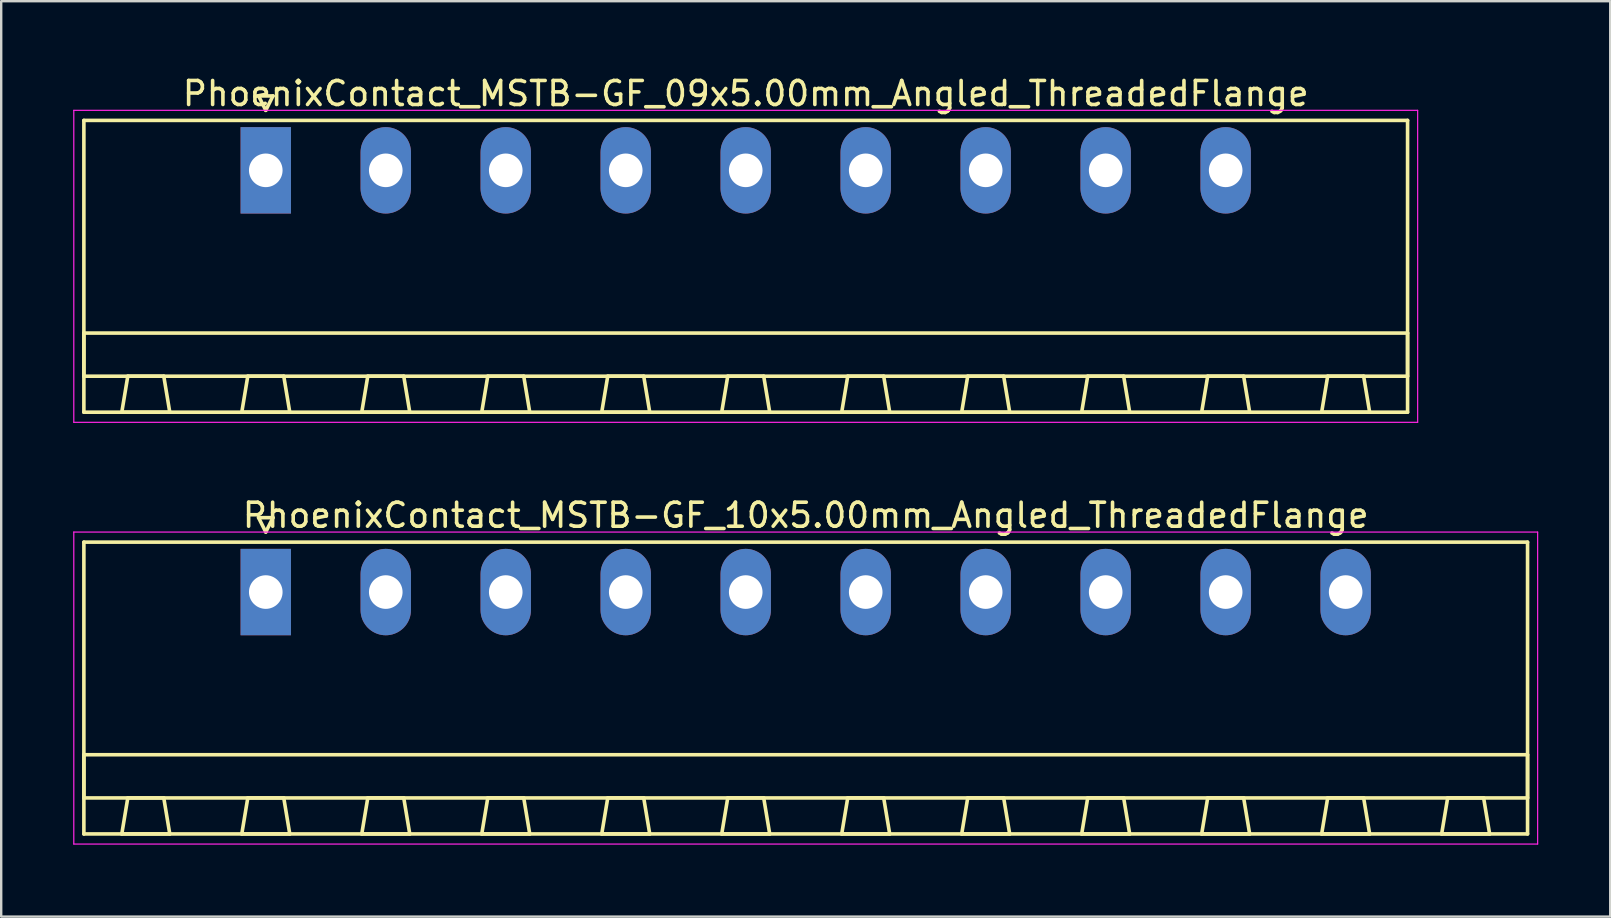
<source format=kicad_pcb>
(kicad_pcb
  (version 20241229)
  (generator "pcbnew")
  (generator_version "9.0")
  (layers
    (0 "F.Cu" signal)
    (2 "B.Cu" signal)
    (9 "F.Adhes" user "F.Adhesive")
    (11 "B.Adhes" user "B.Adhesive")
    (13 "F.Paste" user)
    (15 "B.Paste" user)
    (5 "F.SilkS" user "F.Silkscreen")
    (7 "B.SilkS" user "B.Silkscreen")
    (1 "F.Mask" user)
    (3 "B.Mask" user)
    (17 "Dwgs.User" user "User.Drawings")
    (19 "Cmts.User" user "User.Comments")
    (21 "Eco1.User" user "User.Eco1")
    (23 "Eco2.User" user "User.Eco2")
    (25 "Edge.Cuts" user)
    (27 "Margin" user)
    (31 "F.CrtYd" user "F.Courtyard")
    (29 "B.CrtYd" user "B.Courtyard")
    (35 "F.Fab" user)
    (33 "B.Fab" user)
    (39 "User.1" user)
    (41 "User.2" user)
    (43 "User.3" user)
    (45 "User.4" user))
  (footprint "PhoenixContact_MSTB-GF_10x5.00mm_Angled_ThreadedFlange"
    (layer "F.Cu")
    (at 8.025 21.622)
    (property "Reference" "PhoenixContact_MSTB-GF_10x5.00mm_Angled_ThreadedFlange" (at 22.5 -3.2 0) (layer "F.SilkS") (effects (font (size 1 1) (thickness 0.15))))
    (attr through_hole)
    (fp_line (start -7.58 -2.08) (end -7.58 10.08) (stroke (width 0.15) (type solid)) (layer "F.SilkS"))
    (fp_line (start -7.58 6.78) (end 52.58 6.78) (stroke (width 0.15) (type solid)) (layer "F.SilkS"))
    (fp_line (start -7.58 8.58) (end -7.58 6.78) (stroke (width 0.15) (type solid)) (layer "F.SilkS"))
    (fp_line (start -7.58 10.08) (end 52.58 10.08) (stroke (width 0.15) (type solid)) (layer "F.SilkS"))
    (fp_line (start -6 10.08) (end -4 10.08) (stroke (width 0.15) (type solid)) (layer "F.SilkS"))
    (fp_line (start -5.75 8.58) (end -6 10.08) (stroke (width 0.15) (type solid)) (layer "F.SilkS"))
    (fp_line (start -4.25 8.58) (end -5.75 8.58) (stroke (width 0.15) (type solid)) (layer "F.SilkS"))
    (fp_line (start -4 10.08) (end -4.25 8.58) (stroke (width 0.15) (type solid)) (layer "F.SilkS"))
    (fp_line (start -1 10.08) (end 1 10.08) (stroke (width 0.15) (type solid)) (layer "F.SilkS"))
    (fp_line (start -0.75 8.58) (end -1 10.08) (stroke (width 0.15) (type solid)) (layer "F.SilkS"))
    (fp_line (start -0.3 -3.1) (end 0 -2.5) (stroke (width 0.15) (type solid)) (layer "F.SilkS"))
    (fp_line (start 0 -2.5) (end 0.3 -3.1) (stroke (width 0.15) (type solid)) (layer "F.SilkS"))
    (fp_line (start 0.3 -3.1) (end -0.3 -3.1) (stroke (width 0.15) (type solid)) (layer "F.SilkS"))
    (fp_line (start 0.75 8.58) (end -0.75 8.58) (stroke (width 0.15) (type solid)) (layer "F.SilkS"))
    (fp_line (start 1 10.08) (end 0.75 8.58) (stroke (width 0.15) (type solid)) (layer "F.SilkS"))
    (fp_line (start 4 10.08) (end 6 10.08) (stroke (width 0.15) (type solid)) (layer "F.SilkS"))
    (fp_line (start 4.25 8.58) (end 4 10.08) (stroke (width 0.15) (type solid)) (layer "F.SilkS"))
    (fp_line (start 5.75 8.58) (end 4.25 8.58) (stroke (width 0.15) (type solid)) (layer "F.SilkS"))
    (fp_line (start 6 10.08) (end 5.75 8.58) (stroke (width 0.15) (type solid)) (layer "F.SilkS"))
    (fp_line (start 9 10.08) (end 11 10.08) (stroke (width 0.15) (type solid)) (layer "F.SilkS"))
    (fp_line (start 9.25 8.58) (end 9 10.08) (stroke (width 0.15) (type solid)) (layer "F.SilkS"))
    (fp_line (start 10.75 8.58) (end 9.25 8.58) (stroke (width 0.15) (type solid)) (layer "F.SilkS"))
    (fp_line (start 11 10.08) (end 10.75 8.58) (stroke (width 0.15) (type solid)) (layer "F.SilkS"))
    (fp_line (start 14 10.08) (end 16 10.08) (stroke (width 0.15) (type solid)) (layer "F.SilkS"))
    (fp_line (start 14.25 8.58) (end 14 10.08) (stroke (width 0.15) (type solid)) (layer "F.SilkS"))
    (fp_line (start 15.75 8.58) (end 14.25 8.58) (stroke (width 0.15) (type solid)) (layer "F.SilkS"))
    (fp_line (start 16 10.08) (end 15.75 8.58) (stroke (width 0.15) (type solid)) (layer "F.SilkS"))
    (fp_line (start 19 10.08) (end 21 10.08) (stroke (width 0.15) (type solid)) (layer "F.SilkS"))
    (fp_line (start 19.25 8.58) (end 19 10.08) (stroke (width 0.15) (type solid)) (layer "F.SilkS"))
    (fp_line (start 20.75 8.58) (end 19.25 8.58) (stroke (width 0.15) (type solid)) (layer "F.SilkS"))
    (fp_line (start 21 10.08) (end 20.75 8.58) (stroke (width 0.15) (type solid)) (layer "F.SilkS"))
    (fp_line (start 24 10.08) (end 26 10.08) (stroke (width 0.15) (type solid)) (layer "F.SilkS"))
    (fp_line (start 24.25 8.58) (end 24 10.08) (stroke (width 0.15) (type solid)) (layer "F.SilkS"))
    (fp_line (start 25.75 8.58) (end 24.25 8.58) (stroke (width 0.15) (type solid)) (layer "F.SilkS"))
    (fp_line (start 26 10.08) (end 25.75 8.58) (stroke (width 0.15) (type solid)) (layer "F.SilkS"))
    (fp_line (start 29 10.08) (end 31 10.08) (stroke (width 0.15) (type solid)) (layer "F.SilkS"))
    (fp_line (start 29.25 8.58) (end 29 10.08) (stroke (width 0.15) (type solid)) (layer "F.SilkS"))
    (fp_line (start 30.75 8.58) (end 29.25 8.58) (stroke (width 0.15) (type solid)) (layer "F.SilkS"))
    (fp_line (start 31 10.08) (end 30.75 8.58) (stroke (width 0.15) (type solid)) (layer "F.SilkS"))
    (fp_line (start 34 10.08) (end 36 10.08) (stroke (width 0.15) (type solid)) (layer "F.SilkS"))
    (fp_line (start 34.25 8.58) (end 34 10.08) (stroke (width 0.15) (type solid)) (layer "F.SilkS"))
    (fp_line (start 35.75 8.58) (end 34.25 8.58) (stroke (width 0.15) (type solid)) (layer "F.SilkS"))
    (fp_line (start 36 10.08) (end 35.75 8.58) (stroke (width 0.15) (type solid)) (layer "F.SilkS"))
    (fp_line (start 39 10.08) (end 41 10.08) (stroke (width 0.15) (type solid)) (layer "F.SilkS"))
    (fp_line (start 39.25 8.58) (end 39 10.08) (stroke (width 0.15) (type solid)) (layer "F.SilkS"))
    (fp_line (start 40.75 8.58) (end 39.25 8.58) (stroke (width 0.15) (type solid)) (layer "F.SilkS"))
    (fp_line (start 41 10.08) (end 40.75 8.58) (stroke (width 0.15) (type solid)) (layer "F.SilkS"))
    (fp_line (start 44 10.08) (end 46 10.08) (stroke (width 0.15) (type solid)) (layer "F.SilkS"))
    (fp_line (start 44.25 8.58) (end 44 10.08) (stroke (width 0.15) (type solid)) (layer "F.SilkS"))
    (fp_line (start 45.75 8.58) (end 44.25 8.58) (stroke (width 0.15) (type solid)) (layer "F.SilkS"))
    (fp_line (start 46 10.08) (end 45.75 8.58) (stroke (width 0.15) (type solid)) (layer "F.SilkS"))
    (fp_line (start 49 10.08) (end 51 10.08) (stroke (width 0.15) (type solid)) (layer "F.SilkS"))
    (fp_line (start 49.25 8.58) (end 49 10.08) (stroke (width 0.15) (type solid)) (layer "F.SilkS"))
    (fp_line (start 50.75 8.58) (end 49.25 8.58) (stroke (width 0.15) (type solid)) (layer "F.SilkS"))
    (fp_line (start 51 10.08) (end 50.75 8.58) (stroke (width 0.15) (type solid)) (layer "F.SilkS"))
    (fp_line (start 52.58 -2.08) (end -7.58 -2.08) (stroke (width 0.15) (type solid)) (layer "F.SilkS"))
    (fp_line (start 52.58 6.78) (end 52.58 8.58) (stroke (width 0.15) (type solid)) (layer "F.SilkS"))
    (fp_line (start 52.58 8.58) (end -7.58 8.58) (stroke (width 0.15) (type solid)) (layer "F.SilkS"))
    (fp_line (start 52.58 10.08) (end 52.58 -2.08) (stroke (width 0.15) (type solid)) (layer "F.SilkS"))
    (fp_line (start -8 -2.5) (end -8 10.5) (stroke (width 0.05) (type solid)) (layer "F.CrtYd"))
    (fp_line (start -8 10.5) (end 53 10.5) (stroke (width 0.05) (type solid)) (layer "F.CrtYd"))
    (fp_line (start 53 -2.5) (end -8 -2.5) (stroke (width 0.05) (type solid)) (layer "F.CrtYd"))
    (fp_line (start 53 10.5) (end 53 -2.5) (stroke (width 0.05) (type solid)) (layer "F.CrtYd"))
    (pad "1" thru_hole rect (at 0 0) (size 2.1 3.6) (drill 1.4) (layers "*.Cu" "*.Mask"))
    (pad "2" thru_hole oval (at 5 0) (size 2.1 3.6) (drill 1.4) (layers "*.Cu" "*.Mask"))
    (pad "3" thru_hole oval (at 10 0) (size 2.1 3.6) (drill 1.4) (layers "*.Cu" "*.Mask"))
    (pad "4" thru_hole oval (at 15 0) (size 2.1 3.6) (drill 1.4) (layers "*.Cu" "*.Mask"))
    (pad "5" thru_hole oval (at 20 0) (size 2.1 3.6) (drill 1.4) (layers "*.Cu" "*.Mask"))
    (pad "6" thru_hole oval (at 25 0) (size 2.1 3.6) (drill 1.4) (layers "*.Cu" "*.Mask"))
    (pad "7" thru_hole oval (at 30 0) (size 2.1 3.6) (drill 1.4) (layers "*.Cu" "*.Mask"))
    (pad "8" thru_hole oval (at 35 0) (size 2.1 3.6) (drill 1.4) (layers "*.Cu" "*.Mask"))
    (pad "9" thru_hole oval (at 40 0) (size 2.1 3.6) (drill 1.4) (layers "*.Cu" "*.Mask"))
    (pad "10" thru_hole oval (at 45 0) (size 2.1 3.6) (drill 1.4) (layers "*.Cu" "*.Mask")))
  (footprint "PhoenixContact_MSTB-GF_09x5.00mm_Angled_ThreadedFlange"
    (layer "F.Cu")
    (at 8.025 4.048)
    (property "Reference" "PhoenixContact_MSTB-GF_09x5.00mm_Angled_ThreadedFlange" (at 20 -3.2 0) (layer "F.SilkS") (effects (font (size 1 1) (thickness 0.15))))
    (attr through_hole)
    (fp_line (start -7.58 -2.08) (end -7.58 10.08) (stroke (width 0.15) (type solid)) (layer "F.SilkS"))
    (fp_line (start -7.58 6.78) (end 47.58 6.78) (stroke (width 0.15) (type solid)) (layer "F.SilkS"))
    (fp_line (start -7.58 8.58) (end -7.58 6.78) (stroke (width 0.15) (type solid)) (layer "F.SilkS"))
    (fp_line (start -7.58 10.08) (end 47.58 10.08) (stroke (width 0.15) (type solid)) (layer "F.SilkS"))
    (fp_line (start -6 10.08) (end -4 10.08) (stroke (width 0.15) (type solid)) (layer "F.SilkS"))
    (fp_line (start -5.75 8.58) (end -6 10.08) (stroke (width 0.15) (type solid)) (layer "F.SilkS"))
    (fp_line (start -4.25 8.58) (end -5.75 8.58) (stroke (width 0.15) (type solid)) (layer "F.SilkS"))
    (fp_line (start -4 10.08) (end -4.25 8.58) (stroke (width 0.15) (type solid)) (layer "F.SilkS"))
    (fp_line (start -1 10.08) (end 1 10.08) (stroke (width 0.15) (type solid)) (layer "F.SilkS"))
    (fp_line (start -0.75 8.58) (end -1 10.08) (stroke (width 0.15) (type solid)) (layer "F.SilkS"))
    (fp_line (start -0.3 -3.1) (end 0 -2.5) (stroke (width 0.15) (type solid)) (layer "F.SilkS"))
    (fp_line (start 0 -2.5) (end 0.3 -3.1) (stroke (width 0.15) (type solid)) (layer "F.SilkS"))
    (fp_line (start 0.3 -3.1) (end -0.3 -3.1) (stroke (width 0.15) (type solid)) (layer "F.SilkS"))
    (fp_line (start 0.75 8.58) (end -0.75 8.58) (stroke (width 0.15) (type solid)) (layer "F.SilkS"))
    (fp_line (start 1 10.08) (end 0.75 8.58) (stroke (width 0.15) (type solid)) (layer "F.SilkS"))
    (fp_line (start 4 10.08) (end 6 10.08) (stroke (width 0.15) (type solid)) (layer "F.SilkS"))
    (fp_line (start 4.25 8.58) (end 4 10.08) (stroke (width 0.15) (type solid)) (layer "F.SilkS"))
    (fp_line (start 5.75 8.58) (end 4.25 8.58) (stroke (width 0.15) (type solid)) (layer "F.SilkS"))
    (fp_line (start 6 10.08) (end 5.75 8.58) (stroke (width 0.15) (type solid)) (layer "F.SilkS"))
    (fp_line (start 9 10.08) (end 11 10.08) (stroke (width 0.15) (type solid)) (layer "F.SilkS"))
    (fp_line (start 9.25 8.58) (end 9 10.08) (stroke (width 0.15) (type solid)) (layer "F.SilkS"))
    (fp_line (start 10.75 8.58) (end 9.25 8.58) (stroke (width 0.15) (type solid)) (layer "F.SilkS"))
    (fp_line (start 11 10.08) (end 10.75 8.58) (stroke (width 0.15) (type solid)) (layer "F.SilkS"))
    (fp_line (start 14 10.08) (end 16 10.08) (stroke (width 0.15) (type solid)) (layer "F.SilkS"))
    (fp_line (start 14.25 8.58) (end 14 10.08) (stroke (width 0.15) (type solid)) (layer "F.SilkS"))
    (fp_line (start 15.75 8.58) (end 14.25 8.58) (stroke (width 0.15) (type solid)) (layer "F.SilkS"))
    (fp_line (start 16 10.08) (end 15.75 8.58) (stroke (width 0.15) (type solid)) (layer "F.SilkS"))
    (fp_line (start 19 10.08) (end 21 10.08) (stroke (width 0.15) (type solid)) (layer "F.SilkS"))
    (fp_line (start 19.25 8.58) (end 19 10.08) (stroke (width 0.15) (type solid)) (layer "F.SilkS"))
    (fp_line (start 20.75 8.58) (end 19.25 8.58) (stroke (width 0.15) (type solid)) (layer "F.SilkS"))
    (fp_line (start 21 10.08) (end 20.75 8.58) (stroke (width 0.15) (type solid)) (layer "F.SilkS"))
    (fp_line (start 24 10.08) (end 26 10.08) (stroke (width 0.15) (type solid)) (layer "F.SilkS"))
    (fp_line (start 24.25 8.58) (end 24 10.08) (stroke (width 0.15) (type solid)) (layer "F.SilkS"))
    (fp_line (start 25.75 8.58) (end 24.25 8.58) (stroke (width 0.15) (type solid)) (layer "F.SilkS"))
    (fp_line (start 26 10.08) (end 25.75 8.58) (stroke (width 0.15) (type solid)) (layer "F.SilkS"))
    (fp_line (start 29 10.08) (end 31 10.08) (stroke (width 0.15) (type solid)) (layer "F.SilkS"))
    (fp_line (start 29.25 8.58) (end 29 10.08) (stroke (width 0.15) (type solid)) (layer "F.SilkS"))
    (fp_line (start 30.75 8.58) (end 29.25 8.58) (stroke (width 0.15) (type solid)) (layer "F.SilkS"))
    (fp_line (start 31 10.08) (end 30.75 8.58) (stroke (width 0.15) (type solid)) (layer "F.SilkS"))
    (fp_line (start 34 10.08) (end 36 10.08) (stroke (width 0.15) (type solid)) (layer "F.SilkS"))
    (fp_line (start 34.25 8.58) (end 34 10.08) (stroke (width 0.15) (type solid)) (layer "F.SilkS"))
    (fp_line (start 35.75 8.58) (end 34.25 8.58) (stroke (width 0.15) (type solid)) (layer "F.SilkS"))
    (fp_line (start 36 10.08) (end 35.75 8.58) (stroke (width 0.15) (type solid)) (layer "F.SilkS"))
    (fp_line (start 39 10.08) (end 41 10.08) (stroke (width 0.15) (type solid)) (layer "F.SilkS"))
    (fp_line (start 39.25 8.58) (end 39 10.08) (stroke (width 0.15) (type solid)) (layer "F.SilkS"))
    (fp_line (start 40.75 8.58) (end 39.25 8.58) (stroke (width 0.15) (type solid)) (layer "F.SilkS"))
    (fp_line (start 41 10.08) (end 40.75 8.58) (stroke (width 0.15) (type solid)) (layer "F.SilkS"))
    (fp_line (start 44 10.08) (end 46 10.08) (stroke (width 0.15) (type solid)) (layer "F.SilkS"))
    (fp_line (start 44.25 8.58) (end 44 10.08) (stroke (width 0.15) (type solid)) (layer "F.SilkS"))
    (fp_line (start 45.75 8.58) (end 44.25 8.58) (stroke (width 0.15) (type solid)) (layer "F.SilkS"))
    (fp_line (start 46 10.08) (end 45.75 8.58) (stroke (width 0.15) (type solid)) (layer "F.SilkS"))
    (fp_line (start 47.58 -2.08) (end -7.58 -2.08) (stroke (width 0.15) (type solid)) (layer "F.SilkS"))
    (fp_line (start 47.58 6.78) (end 47.58 8.58) (stroke (width 0.15) (type solid)) (layer "F.SilkS"))
    (fp_line (start 47.58 8.58) (end -7.58 8.58) (stroke (width 0.15) (type solid)) (layer "F.SilkS"))
    (fp_line (start 47.58 10.08) (end 47.58 -2.08) (stroke (width 0.15) (type solid)) (layer "F.SilkS"))
    (fp_line (start -8 -2.5) (end -8 10.5) (stroke (width 0.05) (type solid)) (layer "F.CrtYd"))
    (fp_line (start -8 10.5) (end 48 10.5) (stroke (width 0.05) (type solid)) (layer "F.CrtYd"))
    (fp_line (start 48 -2.5) (end -8 -2.5) (stroke (width 0.05) (type solid)) (layer "F.CrtYd"))
    (fp_line (start 48 10.5) (end 48 -2.5) (stroke (width 0.05) (type solid)) (layer "F.CrtYd"))
    (pad "1" thru_hole rect (at 0 0) (size 2.1 3.6) (drill 1.4) (layers "*.Cu" "*.Mask"))
    (pad "2" thru_hole oval (at 5 0) (size 2.1 3.6) (drill 1.4) (layers "*.Cu" "*.Mask"))
    (pad "3" thru_hole oval (at 10 0) (size 2.1 3.6) (drill 1.4) (layers "*.Cu" "*.Mask"))
    (pad "4" thru_hole oval (at 15 0) (size 2.1 3.6) (drill 1.4) (layers "*.Cu" "*.Mask"))
    (pad "5" thru_hole oval (at 20 0) (size 2.1 3.6) (drill 1.4) (layers "*.Cu" "*.Mask"))
    (pad "6" thru_hole oval (at 25 0) (size 2.1 3.6) (drill 1.4) (layers "*.Cu" "*.Mask"))
    (pad "7" thru_hole oval (at 30 0) (size 2.1 3.6) (drill 1.4) (layers "*.Cu" "*.Mask"))
    (pad "8" thru_hole oval (at 35 0) (size 2.1 3.6) (drill 1.4) (layers "*.Cu" "*.Mask"))
    (pad "9" thru_hole oval (at 40 0) (size 2.1 3.6) (drill 1.4) (layers "*.Cu" "*.Mask")))
  (gr_rect
    (start -3 -3)
    (end 64.05 35.147)
    (stroke (width 0.1) (type default))
    (fill no)
    (layer "Edge.Cuts")))
</source>
